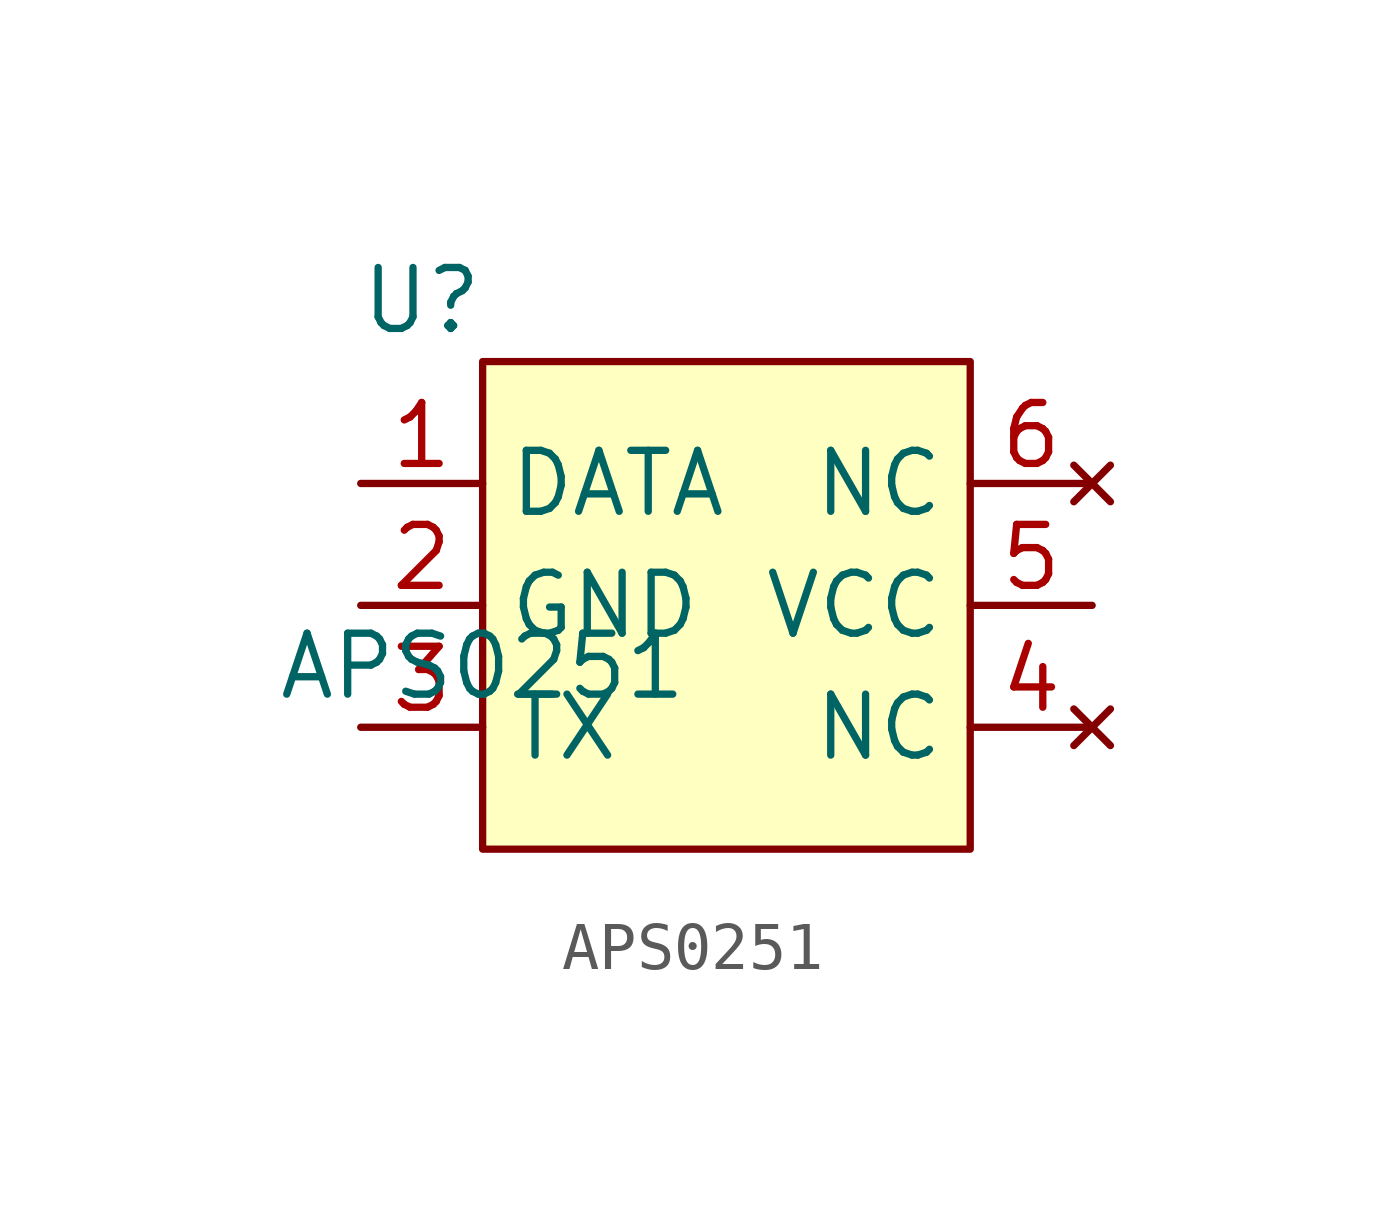
<source format=kicad_sym>
(kicad_symbol_lib
  (version 20220914)
  (generator kicad_symbol_editor)
  (symbol "APS0251"
    (property "Reference" "U"
      (at -6.35 6.35 0)
      (effects (font (size 1.27 1.27))))
    (property "Value" "APS0251"
      (at -5.08 -1.27 0)
      (effects (font (size 1.27 1.27))))
    (symbol "APS0251_1_1"
      (rectangle (start -5.08 5.08) (end 5.08 -5.08) (stroke (width 0) (type default)) (fill (type background)))
      (pin bidirectional line (at -7.62 2.54 0) (length 2.54) (name "DATA" (effects (font (size 1.27 1.27)))) (number "1" (effects (font (size 1.27 1.27)))))
      (pin power_out line (at -7.62 0 0) (length 2.54) (name "GND" (effects (font (size 1.27 1.27)))) (number "2" (effects (font (size 1.27 1.27)))))
      (pin bidirectional line (at -7.62 -2.54 0) (length 2.54) (name "TX" (effects (font (size 1.27 1.27)))) (number "3" (effects (font (size 1.27 1.27)))))
      (pin no_connect line (at 7.62 -2.54 180) (length 2.54) (name "NC" (effects (font (size 1.27 1.27)))) (number "4" (effects (font (size 1.27 1.27)))))
      (pin power_in line (at 7.62 0 180) (length 2.54) (name "VCC" (effects (font (size 1.27 1.27)))) (number "5" (effects (font (size 1.27 1.27)))))
      (pin no_connect line (at 7.62 2.54 180) (length 2.54) (name "NC" (effects (font (size 1.27 1.27)))) (number "6" (effects (font (size 1.27 1.27))))))))
</source>
